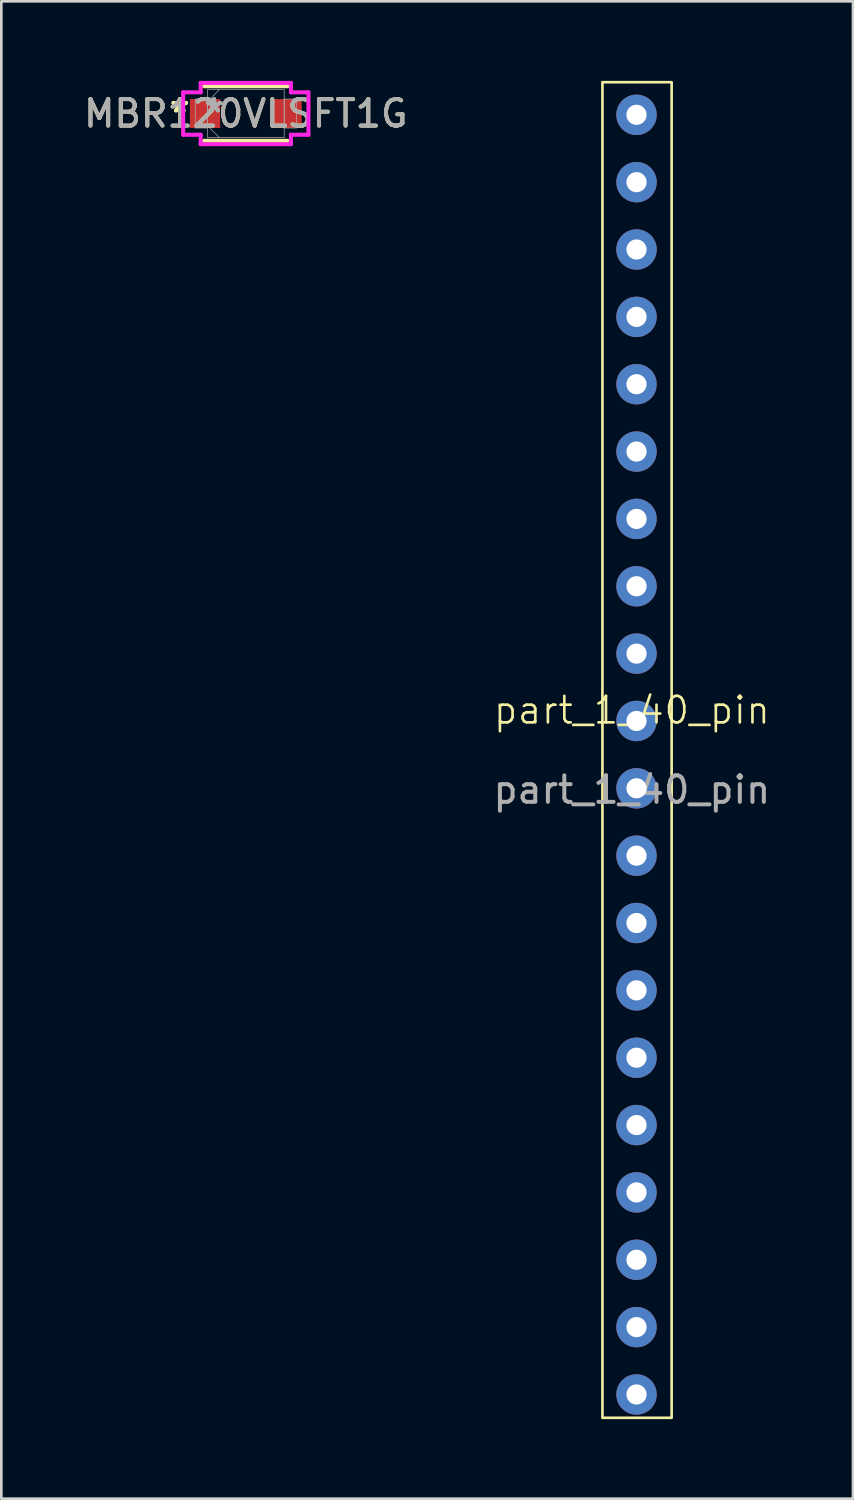
<source format=kicad_pcb>
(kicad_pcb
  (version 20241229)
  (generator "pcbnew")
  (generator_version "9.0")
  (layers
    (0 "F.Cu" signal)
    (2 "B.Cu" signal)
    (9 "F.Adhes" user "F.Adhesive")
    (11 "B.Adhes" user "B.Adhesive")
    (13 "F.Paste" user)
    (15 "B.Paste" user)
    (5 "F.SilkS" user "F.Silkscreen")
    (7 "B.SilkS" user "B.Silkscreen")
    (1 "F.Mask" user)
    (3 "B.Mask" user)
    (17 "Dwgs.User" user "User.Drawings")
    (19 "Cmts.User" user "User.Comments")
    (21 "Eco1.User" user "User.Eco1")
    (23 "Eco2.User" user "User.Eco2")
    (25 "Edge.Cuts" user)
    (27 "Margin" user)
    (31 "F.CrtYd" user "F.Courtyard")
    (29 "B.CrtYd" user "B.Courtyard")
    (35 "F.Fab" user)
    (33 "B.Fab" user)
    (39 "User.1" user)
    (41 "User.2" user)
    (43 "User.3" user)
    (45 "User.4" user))
  (footprint "part_1_40_pin"
    (layer "F.Cu")
    (at 20.78 24.235)
    (property "Reference" "part_1_40_pin" (at 0 -0.5 0) (unlocked yes) (layer "F.SilkS") (effects (font (size 1 1) (thickness 0.1))))
    (attr smd)
    (fp_rect (start 1.5 -24.185) (end -1.11 26.185) (stroke (width 0.1) (type default)) (fill no) (layer "F.SilkS"))
    (fp_text user "${REFERENCE}" (at 0 2.5 0) (unlocked yes) (layer "F.Fab") (effects (font (size 1 1) (thickness 0.15))))
    (pad "1" thru_hole circle (at 0.175 -22.955) (size 1.524 1.524) (drill 0.762) (layers "*.Cu" "*.Mask"))
    (pad "2" thru_hole circle (at 0.175 -20.415) (size 1.524 1.524) (drill 0.762) (layers "*.Cu" "*.Mask"))
    (pad "3" thru_hole circle (at 0.175 -17.875) (size 1.524 1.524) (drill 0.762) (layers "*.Cu" "*.Mask"))
    (pad "4" thru_hole circle (at 0.175 -15.335) (size 1.524 1.524) (drill 0.762) (layers "*.Cu" "*.Mask"))
    (pad "5" thru_hole circle (at 0.175 -12.795) (size 1.524 1.524) (drill 0.762) (layers "*.Cu" "*.Mask"))
    (pad "6" thru_hole circle (at 0.175 -10.255) (size 1.524 1.524) (drill 0.762) (layers "*.Cu" "*.Mask"))
    (pad "7" thru_hole circle (at 0.175 -7.715) (size 1.524 1.524) (drill 0.762) (layers "*.Cu" "*.Mask"))
    (pad "8" thru_hole circle (at 0.175 -5.175) (size 1.524 1.524) (drill 0.762) (layers "*.Cu" "*.Mask"))
    (pad "9" thru_hole circle (at 0.175 -2.635) (size 1.524 1.524) (drill 0.762) (layers "*.Cu" "*.Mask"))
    (pad "10" thru_hole circle (at 0.175 -0.095) (size 1.524 1.524) (drill 0.762) (layers "*.Cu" "*.Mask"))
    (pad "11" thru_hole circle (at 0.175 2.445) (size 1.524 1.524) (drill 0.762) (layers "*.Cu" "*.Mask"))
    (pad "12" thru_hole circle (at 0.175 4.985) (size 1.524 1.524) (drill 0.762) (layers "*.Cu" "*.Mask"))
    (pad "13" thru_hole circle (at 0.175 7.525) (size 1.524 1.524) (drill 0.762) (layers "*.Cu" "*.Mask"))
    (pad "14" thru_hole circle (at 0.175 10.065) (size 1.524 1.524) (drill 0.762) (layers "*.Cu" "*.Mask"))
    (pad "15" thru_hole circle (at 0.175 12.605) (size 1.524 1.524) (drill 0.762) (layers "*.Cu" "*.Mask"))
    (pad "16" thru_hole circle (at 0.175 15.145) (size 1.524 1.524) (drill 0.762) (layers "*.Cu" "*.Mask"))
    (pad "17" thru_hole circle (at 0.175 17.685) (size 1.524 1.524) (drill 0.762) (layers "*.Cu" "*.Mask"))
    (pad "18" thru_hole circle (at 0.175 20.225) (size 1.524 1.524) (drill 0.762) (layers "*.Cu" "*.Mask"))
    (pad "19" thru_hole circle (at 0.175 22.765) (size 1.524 1.524) (drill 0.762) (layers "*.Cu" "*.Mask"))
    (pad "20" thru_hole circle (at 0.175 25.305) (size 1.524 1.524) (drill 0.762) (layers "*.Cu" "*.Mask")))
  (footprint "MBR120VLSFT1G"
    (layer "F.Cu")
    (at 6.22 1.232)
    (property "Reference" "MBR120VLSFT1G" (at 0 0 0) (unlocked yes) (layer "F.SilkS") (effects (font (size 1 1) (thickness 0.15))))
    (attr smd)
    (fp_line (start -1.575 1.029) (end 1.575 1.029) (stroke (width 0.152) (type solid)) (layer "F.SilkS"))
    (fp_line (start 1.575 -1.029) (end -1.575 -1.029) (stroke (width 0.152) (type solid)) (layer "F.SilkS"))
    (fp_line (start -2.362 -0.8) (end -1.702 -0.8) (stroke (width 0.152) (type solid)) (layer "F.CrtYd"))
    (fp_line (start -2.362 0.8) (end -2.362 -0.8) (stroke (width 0.152) (type solid)) (layer "F.CrtYd"))
    (fp_line (start -1.702 -1.156) (end 1.702 -1.156) (stroke (width 0.152) (type solid)) (layer "F.CrtYd"))
    (fp_line (start -1.702 -0.8) (end -1.702 -1.156) (stroke (width 0.152) (type solid)) (layer "F.CrtYd"))
    (fp_line (start -1.702 0.8) (end -2.362 0.8) (stroke (width 0.152) (type solid)) (layer "F.CrtYd"))
    (fp_line (start -1.702 1.156) (end -1.702 0.8) (stroke (width 0.152) (type solid)) (layer "F.CrtYd"))
    (fp_line (start 1.702 -1.156) (end 1.702 -0.8) (stroke (width 0.152) (type solid)) (layer "F.CrtYd"))
    (fp_line (start 1.702 -0.8) (end 2.362 -0.8) (stroke (width 0.152) (type solid)) (layer "F.CrtYd"))
    (fp_line (start 1.702 0.8) (end 1.702 1.156) (stroke (width 0.152) (type solid)) (layer "F.CrtYd"))
    (fp_line (start 1.702 1.156) (end -1.702 1.156) (stroke (width 0.152) (type solid)) (layer "F.CrtYd"))
    (fp_line (start 2.362 -0.8) (end 2.362 0.8) (stroke (width 0.152) (type solid)) (layer "F.CrtYd"))
    (fp_line (start 2.362 0.8) (end 1.702 0.8) (stroke (width 0.152) (type solid)) (layer "F.CrtYd"))
    (fp_line (start -1.905 -0.546) (end -1.905 0.546) (stroke (width 0.025) (type solid)) (layer "F.Fab"))
    (fp_line (start -1.905 0.546) (end -1.448 0.546) (stroke (width 0.025) (type solid)) (layer "F.Fab"))
    (fp_line (start -1.448 -0.902) (end -1.448 0.902) (stroke (width 0.025) (type solid)) (layer "F.Fab"))
    (fp_line (start -1.448 -0.546) (end -1.905 -0.546) (stroke (width 0.025) (type solid)) (layer "F.Fab"))
    (fp_line (start -1.448 -0.451) (end -0.997 -0.902) (stroke (width 0.025) (type solid)) (layer "F.Fab"))
    (fp_line (start -1.448 0.451) (end -0.997 0.902) (stroke (width 0.025) (type solid)) (layer "F.Fab"))
    (fp_line (start -1.448 0.546) (end -1.448 -0.546) (stroke (width 0.025) (type solid)) (layer "F.Fab"))
    (fp_line (start -1.448 0.902) (end 1.448 0.902) (stroke (width 0.025) (type solid)) (layer "F.Fab"))
    (fp_line (start 1.448 -0.902) (end -1.448 -0.902) (stroke (width 0.025) (type solid)) (layer "F.Fab"))
    (fp_line (start 1.448 -0.546) (end 1.448 0.546) (stroke (width 0.025) (type solid)) (layer "F.Fab"))
    (fp_line (start 1.448 0.546) (end 1.905 0.546) (stroke (width 0.025) (type solid)) (layer "F.Fab"))
    (fp_line (start 1.448 0.902) (end 1.448 -0.902) (stroke (width 0.025) (type solid)) (layer "F.Fab"))
    (fp_line (start 1.905 -0.546) (end 1.448 -0.546) (stroke (width 0.025) (type solid)) (layer "F.Fab"))
    (fp_line (start 1.905 0.546) (end 1.905 -0.546) (stroke (width 0.025) (type solid)) (layer "F.Fab"))
    (fp_text user "*" (at -2.489 0 0) (layer "F.SilkS") (effects (font (size 1 1) (thickness 0.15))))
    (fp_text user "*" (at -2.489 0 0) (unlocked yes) (layer "F.SilkS") (effects (font (size 1 1) (thickness 0.15))))
    (fp_text user "*" (at -1.194 0 0) (unlocked yes) (layer "F.Fab") (effects (font (size 1 1) (thickness 0.15))))
    (fp_text user "${REFERENCE}" (at 0 0 0) (unlocked yes) (layer "F.Fab") (effects (font (size 1 1) (thickness 0.15))))
    (fp_text user "*" (at -1.194 0 0) (layer "F.Fab") (effects (font (size 1 1) (thickness 0.15))))
    (pad "1" smd rect (at -1.537 0) (size 1.143 1.092) (layers "F.Cu" "F.Mask" "F.Paste"))
    (pad "2" smd rect (at 1.537 0) (size 1.143 1.092) (layers "F.Cu" "F.Mask" "F.Paste"))
    (zone (net_name "") (layer "F.Cu") (hatch full 0.508) (connect_pads) (min_thickness 0.254) (filled_areas_thickness no) (keepout (tracks not_allowed) (vias not_allowed) (pads allowed) (copperpour not_allowed) (footprints allowed)) (placement (enabled no)) (fill) (polygon (pts (xy 5.306 0.381) (xy 7.135 0.381) (xy 7.135 2.083) (xy 5.306 2.083)))))
  (gr_rect
    (start -3 -3)
    (end 29.119 53.47)
    (stroke (width 0.1) (type default))
    (fill no)
    (layer "Edge.Cuts")))
</source>
